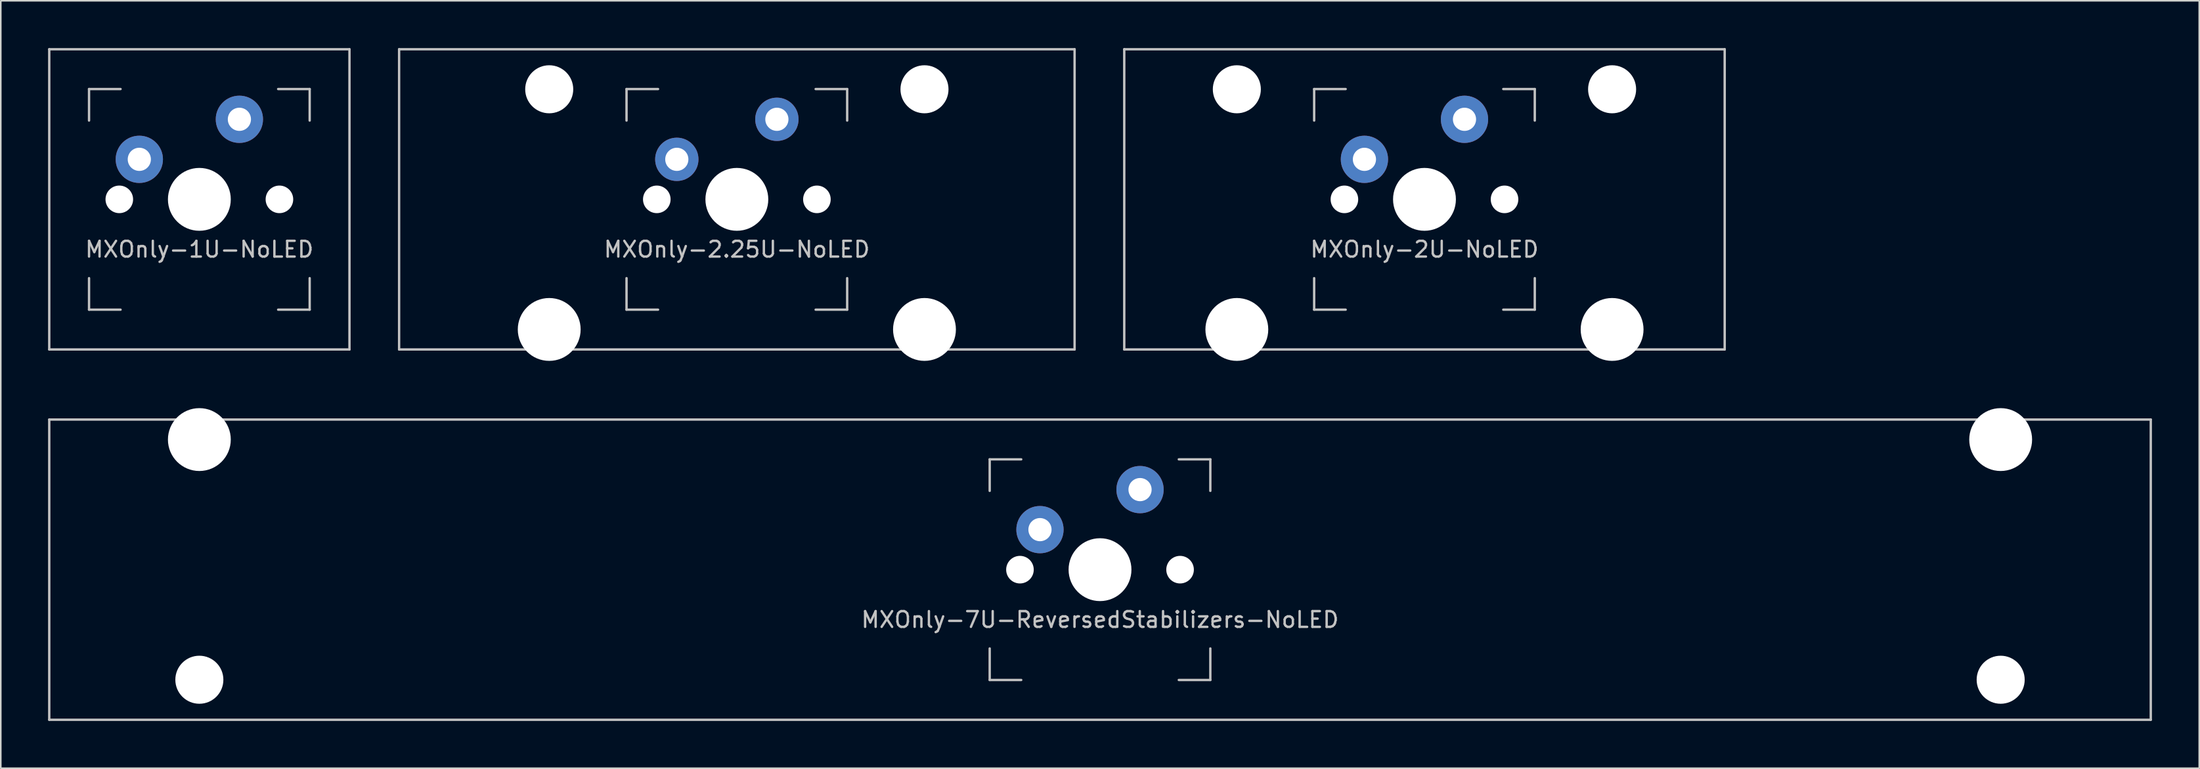
<source format=kicad_pcb>
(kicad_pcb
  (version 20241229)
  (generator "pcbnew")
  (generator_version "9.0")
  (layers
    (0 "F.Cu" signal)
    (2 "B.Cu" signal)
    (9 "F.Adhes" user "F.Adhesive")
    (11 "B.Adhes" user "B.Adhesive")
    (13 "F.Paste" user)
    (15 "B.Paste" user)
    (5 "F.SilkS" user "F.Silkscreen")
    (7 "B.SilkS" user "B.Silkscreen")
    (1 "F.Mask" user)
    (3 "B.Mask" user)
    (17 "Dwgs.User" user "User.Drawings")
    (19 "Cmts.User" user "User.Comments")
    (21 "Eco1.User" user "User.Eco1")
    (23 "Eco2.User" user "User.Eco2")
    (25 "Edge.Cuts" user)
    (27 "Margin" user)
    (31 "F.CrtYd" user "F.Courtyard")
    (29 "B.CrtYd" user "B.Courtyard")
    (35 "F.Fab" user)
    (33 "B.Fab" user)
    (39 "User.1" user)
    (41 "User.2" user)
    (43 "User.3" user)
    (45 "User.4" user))
  (footprint "MXOnly-7U-ReversedStabilizers-NoLED"
    (layer "F.Cu")
    (at 66.75 33.098)
    (property "Reference" "MXOnly-7U-ReversedStabilizers-NoLED" (at 0 3.175 0) (layer "Dwgs.User") (effects (font (size 1 1) (thickness 0.15))))
    (attr through_hole)
    (fp_line (start -66.675 -9.525) (end 66.675 -9.525) (stroke (width 0.15) (type solid)) (layer "Dwgs.User"))
    (fp_line (start -66.675 9.525) (end -66.675 -9.525) (stroke (width 0.15) (type solid)) (layer "Dwgs.User"))
    (fp_line (start -66.675 9.525) (end 66.675 9.525) (stroke (width 0.15) (type solid)) (layer "Dwgs.User"))
    (fp_line (start -7 -7) (end -7 -5) (stroke (width 0.15) (type solid)) (layer "Dwgs.User"))
    (fp_line (start -7 5) (end -7 7) (stroke (width 0.15) (type solid)) (layer "Dwgs.User"))
    (fp_line (start -7 7) (end -5 7) (stroke (width 0.15) (type solid)) (layer "Dwgs.User"))
    (fp_line (start -5 -7) (end -7 -7) (stroke (width 0.15) (type solid)) (layer "Dwgs.User"))
    (fp_line (start 5 -7) (end 7 -7) (stroke (width 0.15) (type solid)) (layer "Dwgs.User"))
    (fp_line (start 5 7) (end 7 7) (stroke (width 0.15) (type solid)) (layer "Dwgs.User"))
    (fp_line (start 7 -7) (end 7 -5) (stroke (width 0.15) (type solid)) (layer "Dwgs.User"))
    (fp_line (start 7 7) (end 7 5) (stroke (width 0.15) (type solid)) (layer "Dwgs.User"))
    (fp_line (start 66.675 -9.525) (end 66.675 9.525) (stroke (width 0.15) (type solid)) (layer "Dwgs.User"))
    (pad "" np_thru_hole circle (at -57.15 -8.255) (size 3.988 3.988) (drill 3.988) (layers "*.Cu" "*.Mask"))
    (pad "" np_thru_hole circle (at -57.15 6.985) (size 3.048 3.048) (drill 3.048) (layers "*.Cu" "*.Mask"))
    (pad "" np_thru_hole circle (at -5.08 0 48.1) (size 1.75 1.75) (drill 1.75) (layers "*.Cu" "*.Mask"))
    (pad "" np_thru_hole circle (at 0 0) (size 3.988 3.988) (drill 3.988) (layers "*.Cu" "*.Mask"))
    (pad "" np_thru_hole circle (at 5.08 0 48.1) (size 1.75 1.75) (drill 1.75) (layers "*.Cu" "*.Mask"))
    (pad "" np_thru_hole circle (at 57.15 -8.255) (size 3.988 3.988) (drill 3.988) (layers "*.Cu" "*.Mask"))
    (pad "" np_thru_hole circle (at 57.15 6.985) (size 3.048 3.048) (drill 3.048) (layers "*.Cu" "*.Mask"))
    (pad "1" thru_hole circle (at -3.81 -2.54) (size 3 3) (drill 1.47) (layers "*.Cu" "B.Mask"))
    (pad "2" thru_hole circle (at 2.54 -5.08) (size 3 3) (drill 1.47) (layers "*.Cu" "B.Mask")))
  (footprint "MXOnly-2.25U-NoLED"
    (layer "F.Cu")
    (at 43.706 9.6)
    (property "Reference" "MXOnly-2.25U-NoLED" (at 0 3.175 0) (layer "Dwgs.User") (effects (font (size 1 1) (thickness 0.15))))
    (attr through_hole)
    (fp_line (start -21.431 -9.525) (end 21.431 -9.525) (stroke (width 0.15) (type solid)) (layer "Dwgs.User"))
    (fp_line (start -21.431 9.525) (end -21.431 -9.525) (stroke (width 0.15) (type solid)) (layer "Dwgs.User"))
    (fp_line (start -21.431 9.525) (end 21.431 9.525) (stroke (width 0.15) (type solid)) (layer "Dwgs.User"))
    (fp_line (start -7 -7) (end -7 -5) (stroke (width 0.15) (type solid)) (layer "Dwgs.User"))
    (fp_line (start -7 5) (end -7 7) (stroke (width 0.15) (type solid)) (layer "Dwgs.User"))
    (fp_line (start -7 7) (end -5 7) (stroke (width 0.15) (type solid)) (layer "Dwgs.User"))
    (fp_line (start -5 -7) (end -7 -7) (stroke (width 0.15) (type solid)) (layer "Dwgs.User"))
    (fp_line (start 5 -7) (end 7 -7) (stroke (width 0.15) (type solid)) (layer "Dwgs.User"))
    (fp_line (start 5 7) (end 7 7) (stroke (width 0.15) (type solid)) (layer "Dwgs.User"))
    (fp_line (start 7 -7) (end 7 -5) (stroke (width 0.15) (type solid)) (layer "Dwgs.User"))
    (fp_line (start 7 7) (end 7 5) (stroke (width 0.15) (type solid)) (layer "Dwgs.User"))
    (fp_line (start 21.431 -9.525) (end 21.431 9.525) (stroke (width 0.15) (type solid)) (layer "Dwgs.User"))
    (pad "" np_thru_hole circle (at -11.906 -6.985) (size 3.048 3.048) (drill 3.048) (layers "*.Cu" "*.Mask"))
    (pad "" np_thru_hole circle (at -11.906 8.255) (size 3.988 3.988) (drill 3.988) (layers "*.Cu" "*.Mask"))
    (pad "" np_thru_hole circle (at -5.08 0 48.1) (size 1.75 1.75) (drill 1.75) (layers "*.Cu" "*.Mask"))
    (pad "" np_thru_hole circle (at 0 0) (size 3.988 3.988) (drill 3.988) (layers "*.Cu" "*.Mask"))
    (pad "" np_thru_hole circle (at 5.08 0 48.1) (size 1.75 1.75) (drill 1.75) (layers "*.Cu" "*.Mask"))
    (pad "" np_thru_hole circle (at 11.906 -6.985) (size 3.048 3.048) (drill 3.048) (layers "*.Cu" "*.Mask"))
    (pad "" np_thru_hole circle (at 11.906 8.255) (size 3.988 3.988) (drill 3.988) (layers "*.Cu" "*.Mask"))
    (pad "1" thru_hole circle (at -3.81 -2.54) (size 2.75 2.75) (drill 1.47) (layers "*.Cu" "B.Mask"))
    (pad "2" thru_hole circle (at 2.54 -5.08) (size 2.75 2.75) (drill 1.47) (layers "*.Cu" "B.Mask")))
  (footprint "MXOnly-2U-NoLED"
    (layer "F.Cu")
    (at 87.338 9.6)
    (property "Reference" "MXOnly-2U-NoLED" (at 0 3.175 0) (layer "Dwgs.User") (effects (font (size 1 1) (thickness 0.15))))
    (attr through_hole)
    (fp_line (start -19.05 -9.525) (end 19.05 -9.525) (stroke (width 0.15) (type solid)) (layer "Dwgs.User"))
    (fp_line (start -19.05 9.525) (end -19.05 -9.525) (stroke (width 0.15) (type solid)) (layer "Dwgs.User"))
    (fp_line (start -19.05 9.525) (end 19.05 9.525) (stroke (width 0.15) (type solid)) (layer "Dwgs.User"))
    (fp_line (start -7 -7) (end -7 -5) (stroke (width 0.15) (type solid)) (layer "Dwgs.User"))
    (fp_line (start -7 5) (end -7 7) (stroke (width 0.15) (type solid)) (layer "Dwgs.User"))
    (fp_line (start -7 7) (end -5 7) (stroke (width 0.15) (type solid)) (layer "Dwgs.User"))
    (fp_line (start -5 -7) (end -7 -7) (stroke (width 0.15) (type solid)) (layer "Dwgs.User"))
    (fp_line (start 5 -7) (end 7 -7) (stroke (width 0.15) (type solid)) (layer "Dwgs.User"))
    (fp_line (start 5 7) (end 7 7) (stroke (width 0.15) (type solid)) (layer "Dwgs.User"))
    (fp_line (start 7 -7) (end 7 -5) (stroke (width 0.15) (type solid)) (layer "Dwgs.User"))
    (fp_line (start 7 7) (end 7 5) (stroke (width 0.15) (type solid)) (layer "Dwgs.User"))
    (fp_line (start 19.05 -9.525) (end 19.05 9.525) (stroke (width 0.15) (type solid)) (layer "Dwgs.User"))
    (pad "" np_thru_hole circle (at -11.906 -6.985) (size 3.048 3.048) (drill 3.048) (layers "*.Cu" "*.Mask"))
    (pad "" np_thru_hole circle (at -11.906 8.255) (size 3.988 3.988) (drill 3.988) (layers "*.Cu" "*.Mask"))
    (pad "" np_thru_hole circle (at -5.08 0 48.1) (size 1.75 1.75) (drill 1.75) (layers "*.Cu" "*.Mask"))
    (pad "" np_thru_hole circle (at 0 0) (size 3.988 3.988) (drill 3.988) (layers "*.Cu" "*.Mask"))
    (pad "" np_thru_hole circle (at 5.08 0 48.1) (size 1.75 1.75) (drill 1.75) (layers "*.Cu" "*.Mask"))
    (pad "" np_thru_hole circle (at 11.906 -6.985) (size 3.048 3.048) (drill 3.048) (layers "*.Cu" "*.Mask"))
    (pad "" np_thru_hole circle (at 11.906 8.255) (size 3.988 3.988) (drill 3.988) (layers "*.Cu" "*.Mask"))
    (pad "1" thru_hole circle (at -3.81 -2.54) (size 3 3) (drill 1.47) (layers "*.Cu" "B.Mask"))
    (pad "2" thru_hole circle (at 2.54 -5.08) (size 3 3) (drill 1.47) (layers "*.Cu" "B.Mask")))
  (footprint "MXOnly-1U-NoLED"
    (layer "F.Cu")
    (at 9.6 9.6)
    (property "Reference" "MXOnly-1U-NoLED" (at 0 3.175 0) (layer "Dwgs.User") (effects (font (size 1 1) (thickness 0.15))))
    (attr through_hole)
    (fp_line (start -9.525 -9.525) (end 9.525 -9.525) (stroke (width 0.15) (type solid)) (layer "Dwgs.User"))
    (fp_line (start -9.525 9.525) (end -9.525 -9.525) (stroke (width 0.15) (type solid)) (layer "Dwgs.User"))
    (fp_line (start -7 -7) (end -7 -5) (stroke (width 0.15) (type solid)) (layer "Dwgs.User"))
    (fp_line (start -7 5) (end -7 7) (stroke (width 0.15) (type solid)) (layer "Dwgs.User"))
    (fp_line (start -7 7) (end -5 7) (stroke (width 0.15) (type solid)) (layer "Dwgs.User"))
    (fp_line (start -5 -7) (end -7 -7) (stroke (width 0.15) (type solid)) (layer "Dwgs.User"))
    (fp_line (start 5 -7) (end 7 -7) (stroke (width 0.15) (type solid)) (layer "Dwgs.User"))
    (fp_line (start 5 7) (end 7 7) (stroke (width 0.15) (type solid)) (layer "Dwgs.User"))
    (fp_line (start 7 -7) (end 7 -5) (stroke (width 0.15) (type solid)) (layer "Dwgs.User"))
    (fp_line (start 7 7) (end 7 5) (stroke (width 0.15) (type solid)) (layer "Dwgs.User"))
    (fp_line (start 9.525 -9.525) (end 9.525 9.525) (stroke (width 0.15) (type solid)) (layer "Dwgs.User"))
    (fp_line (start 9.525 9.525) (end -9.525 9.525) (stroke (width 0.15) (type solid)) (layer "Dwgs.User"))
    (pad "" np_thru_hole circle (at -5.08 0 48.1) (size 1.75 1.75) (drill 1.75) (layers "*.Cu" "*.Mask"))
    (pad "" np_thru_hole circle (at 0 0) (size 3.988 3.988) (drill 3.988) (layers "*.Cu" "*.Mask"))
    (pad "" np_thru_hole circle (at 5.08 0 48.1) (size 1.75 1.75) (drill 1.75) (layers "*.Cu" "*.Mask"))
    (pad "1" thru_hole circle (at -3.81 -2.54) (size 3 3) (drill 1.47) (layers "*.Cu" "B.Mask"))
    (pad "2" thru_hole circle (at 2.54 -5.08) (size 3 3) (drill 1.47) (layers "*.Cu" "B.Mask")))
  (gr_rect
    (start -3 -3)
    (end 136.5 45.698)
    (stroke (width 0.1) (type default))
    (fill no)
    (layer "Edge.Cuts")))
</source>
